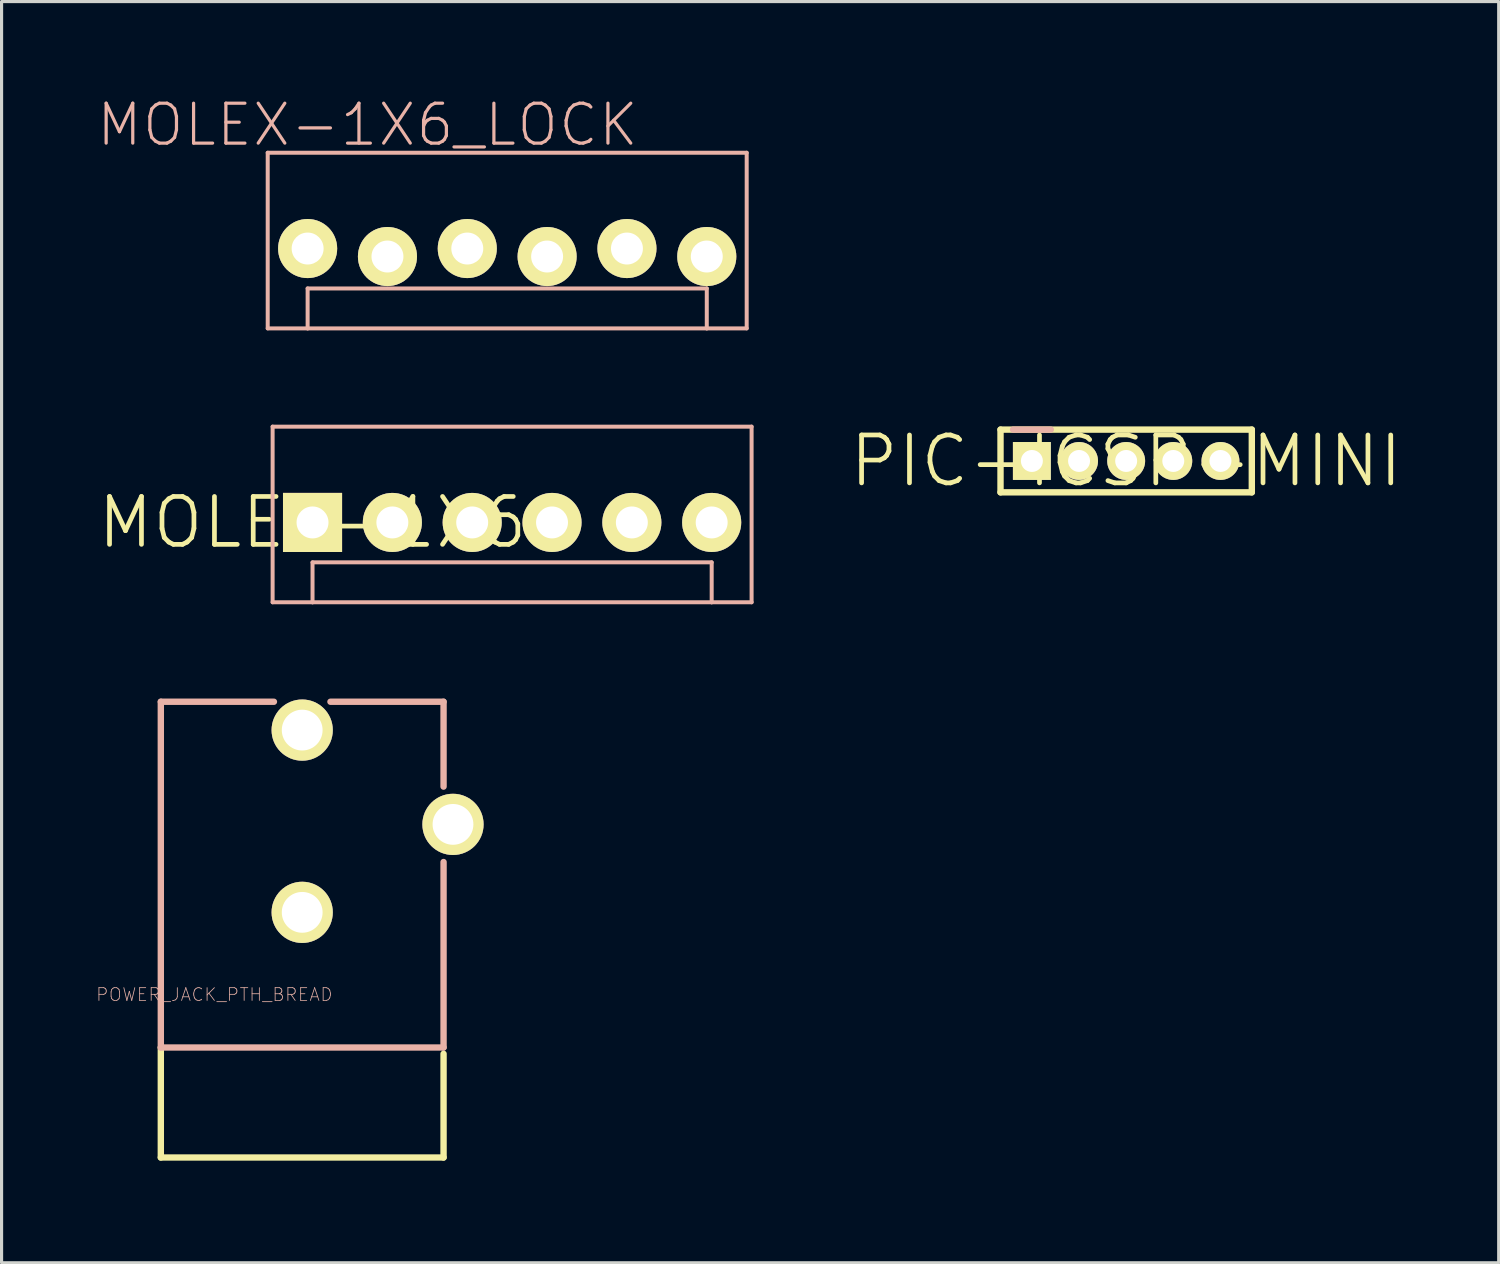
<source format=kicad_pcb>
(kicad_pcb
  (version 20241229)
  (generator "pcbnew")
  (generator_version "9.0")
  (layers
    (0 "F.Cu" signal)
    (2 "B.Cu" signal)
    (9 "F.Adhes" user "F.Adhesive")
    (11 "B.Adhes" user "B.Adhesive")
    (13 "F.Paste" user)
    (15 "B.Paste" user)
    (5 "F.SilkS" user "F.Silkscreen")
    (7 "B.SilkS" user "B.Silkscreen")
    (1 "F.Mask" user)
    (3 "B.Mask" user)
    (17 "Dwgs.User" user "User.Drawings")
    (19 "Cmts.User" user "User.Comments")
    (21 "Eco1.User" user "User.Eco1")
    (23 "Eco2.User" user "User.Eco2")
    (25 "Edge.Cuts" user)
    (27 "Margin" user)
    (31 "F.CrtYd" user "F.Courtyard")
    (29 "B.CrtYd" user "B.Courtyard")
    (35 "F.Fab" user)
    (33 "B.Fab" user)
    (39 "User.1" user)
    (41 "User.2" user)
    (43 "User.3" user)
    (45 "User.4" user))
  (footprint "POWER_JACK_PTH_BREAD"
    (layer "F.Cu")
    (at 6.565 33.878)
    (property "Reference" "POWER_JACK_PTH_BREAD" (at -2.794 -5.283 0) (layer "B.SilkS") (effects (font (size 0.406 0.406) (thickness 0.025))))
    (attr exclude_from_pos_files exclude_from_bom)
    (fp_line (start -4.498 -3.599) (end -4.498 -0.099) (stroke (width 0.203) (type solid)) (layer "F.SilkS"))
    (fp_line (start 4.498 -0.099) (end -4.498 -0.099) (stroke (width 0.203) (type solid)) (layer "F.SilkS"))
    (fp_line (start 4.498 -0.099) (end 4.498 -3.399) (stroke (width 0.203) (type solid)) (layer "F.SilkS"))
    (fp_line (start -4.498 -14.6) (end -0.899 -14.6) (stroke (width 0.203) (type solid)) (layer "B.SilkS"))
    (fp_line (start -4.498 -3.599) (end -4.498 -14.6) (stroke (width 0.203) (type solid)) (layer "B.SilkS"))
    (fp_line (start -4.498 -3.599) (end 4.498 -3.599) (stroke (width 0.203) (type solid)) (layer "B.SilkS"))
    (fp_line (start 4.498 -14.6) (end 0.899 -14.6) (stroke (width 0.203) (type solid)) (layer "B.SilkS"))
    (fp_line (start 4.498 -14.6) (end 4.498 -11.9) (stroke (width 0.203) (type solid)) (layer "B.SilkS"))
    (fp_line (start 4.498 -3.599) (end 4.498 -9.5) (stroke (width 0.203) (type solid)) (layer "B.SilkS"))
    (pad "GND" thru_hole circle (at 0 -7.899) (size 1.948 1.948) (drill 1.298) (layers "*.Cu" "F.Mask" "F.SilkS" "F.Paste"))
    (pad "GNDB" thru_hole circle (at 4.798 -10.698) (size 1.948 1.948) (drill 1.298) (layers "*.Cu" "F.Mask" "F.SilkS" "F.Paste"))
    (pad "PWR" thru_hole circle (at 0 -13.698) (size 1.948 1.948) (drill 1.298) (layers "*.Cu" "F.Mask" "F.SilkS" "F.Paste")))
  (footprint "PIC-ICSP-MINI"
    (layer "F.Cu")
    (at 32.782 11.617)
    (property "Reference" "PIC-ICSP-MINI" (at 0 0 0) (layer "F.SilkS") (effects (font (size 1.524 1.524) (thickness 0.15))))
    (attr exclude_from_pos_files exclude_from_bom)
    (fp_line (start -3.998 -0.998) (end -3.998 0.998) (stroke (width 0.203) (type solid)) (layer "F.SilkS"))
    (fp_line (start -3.998 0.998) (end 3.998 0.998) (stroke (width 0.203) (type solid)) (layer "F.SilkS"))
    (fp_line (start 3.998 -0.998) (end -3.998 -0.998) (stroke (width 0.203) (type solid)) (layer "F.SilkS"))
    (fp_line (start 3.998 0.998) (end 3.998 -0.998) (stroke (width 0.203) (type solid)) (layer "F.SilkS"))
    (fp_line (start -2.398 -0.998) (end -3.599 -0.998) (stroke (width 0.203) (type solid)) (layer "B.SilkS"))
    (pad "1" thru_hole rect (at -3 0) (size 1.206 1.206) (drill 0.699) (layers "*.Cu" "F.Mask" "F.SilkS" "F.Paste"))
    (pad "2" thru_hole circle (at -1.499 0) (size 1.206 1.206) (drill 0.699) (layers "*.Cu" "F.Mask" "F.SilkS" "F.Paste"))
    (pad "3" thru_hole circle (at 0 0) (size 1.206 1.206) (drill 0.699) (layers "*.Cu" "F.Mask" "F.SilkS" "F.Paste"))
    (pad "4" thru_hole circle (at 1.499 0) (size 1.206 1.206) (drill 0.699) (layers "*.Cu" "F.Mask" "F.SilkS" "F.Paste"))
    (pad "5" thru_hole circle (at 3 0) (size 1.206 1.206) (drill 0.699) (layers "*.Cu" "F.Mask" "F.SilkS" "F.Paste")))
  (footprint "MOLEX-1X6"
    (layer "F.Cu")
    (at 6.894 13.573)
    (property "Reference" "MOLEX-1X6" (at 0 0 0) (layer "F.SilkS") (effects (font (size 1.524 1.524) (thickness 0.15))))
    (attr exclude_from_pos_files exclude_from_bom)
    (fp_line (start -1.27 -3.048) (end -1.27 2.54) (stroke (width 0.127) (type solid)) (layer "B.SilkS"))
    (fp_line (start 0 1.27) (end 12.7 1.27) (stroke (width 0.127) (type solid)) (layer "B.SilkS"))
    (fp_line (start 0 2.54) (end -1.27 2.54) (stroke (width 0.127) (type solid)) (layer "B.SilkS"))
    (fp_line (start 0 2.54) (end 0 1.27) (stroke (width 0.127) (type solid)) (layer "B.SilkS"))
    (fp_line (start 12.7 1.27) (end 12.7 2.54) (stroke (width 0.127) (type solid)) (layer "B.SilkS"))
    (fp_line (start 12.7 2.54) (end 0 2.54) (stroke (width 0.127) (type solid)) (layer "B.SilkS"))
    (fp_line (start 13.97 -3.048) (end -1.27 -3.048) (stroke (width 0.127) (type solid)) (layer "B.SilkS"))
    (fp_line (start 13.97 -3.048) (end 13.97 2.54) (stroke (width 0.127) (type solid)) (layer "B.SilkS"))
    (fp_line (start 13.97 2.54) (end 12.7 2.54) (stroke (width 0.127) (type solid)) (layer "B.SilkS"))
    (pad "1" thru_hole rect (at 0 0) (size 1.88 1.88) (drill 1.016) (layers "*.Cu" "F.Mask" "F.SilkS" "F.Paste"))
    (pad "2" thru_hole circle (at 2.54 0) (size 1.88 1.88) (drill 1.016) (layers "*.Cu" "F.Mask" "F.SilkS" "F.Paste"))
    (pad "3" thru_hole circle (at 5.08 0) (size 1.88 1.88) (drill 1.016) (layers "*.Cu" "F.Mask" "F.SilkS" "F.Paste"))
    (pad "4" thru_hole circle (at 7.62 0) (size 1.88 1.88) (drill 1.016) (layers "*.Cu" "F.Mask" "F.SilkS" "F.Paste"))
    (pad "5" thru_hole circle (at 10.16 0) (size 1.88 1.88) (drill 1.016) (layers "*.Cu" "F.Mask" "F.SilkS" "F.Paste"))
    (pad "6" thru_hole circle (at 12.7 0) (size 1.88 1.88) (drill 1.016) (layers "*.Cu" "F.Mask" "F.SilkS" "F.Paste")))
  (footprint "MOLEX-1X6_LOCK"
    (layer "F.Cu")
    (at 6.738 4.858)
    (property "Reference" "MOLEX-1X6_LOCK" (at 1.905 -3.937 0) (layer "B.SilkS") (effects (font (size 1.27 1.27) (thickness 0.102))))
    (attr exclude_from_pos_files exclude_from_bom)
    (fp_line (start -0.292 -0.165) (end 0.292 -0.165) (stroke (width 0.066) (type solid)) (layer "F.SilkS"))
    (fp_line (start -0.292 0.419) (end -0.292 -0.165) (stroke (width 0.066) (type solid)) (layer "F.SilkS"))
    (fp_line (start -0.292 0.419) (end 0.292 0.419) (stroke (width 0.066) (type solid)) (layer "F.SilkS"))
    (fp_line (start 0.292 0.419) (end 0.292 -0.165) (stroke (width 0.066) (type solid)) (layer "F.SilkS"))
    (fp_line (start 2.248 -0.165) (end 2.832 -0.165) (stroke (width 0.066) (type solid)) (layer "F.SilkS"))
    (fp_line (start 2.248 0.419) (end 2.248 -0.165) (stroke (width 0.066) (type solid)) (layer "F.SilkS"))
    (fp_line (start 2.248 0.419) (end 2.832 0.419) (stroke (width 0.066) (type solid)) (layer "F.SilkS"))
    (fp_line (start 2.832 0.419) (end 2.832 -0.165) (stroke (width 0.066) (type solid)) (layer "F.SilkS"))
    (fp_line (start 4.788 -0.165) (end 5.372 -0.165) (stroke (width 0.066) (type solid)) (layer "F.SilkS"))
    (fp_line (start 4.788 0.419) (end 4.788 -0.165) (stroke (width 0.066) (type solid)) (layer "F.SilkS"))
    (fp_line (start 4.788 0.419) (end 5.372 0.419) (stroke (width 0.066) (type solid)) (layer "F.SilkS"))
    (fp_line (start 5.372 0.419) (end 5.372 -0.165) (stroke (width 0.066) (type solid)) (layer "F.SilkS"))
    (fp_line (start 7.328 -0.165) (end 7.912 -0.165) (stroke (width 0.066) (type solid)) (layer "F.SilkS"))
    (fp_line (start 7.328 0.419) (end 7.328 -0.165) (stroke (width 0.066) (type solid)) (layer "F.SilkS"))
    (fp_line (start 7.328 0.419) (end 7.912 0.419) (stroke (width 0.066) (type solid)) (layer "F.SilkS"))
    (fp_line (start 7.912 0.419) (end 7.912 -0.165) (stroke (width 0.066) (type solid)) (layer "F.SilkS"))
    (fp_line (start 9.868 -0.165) (end 10.452 -0.165) (stroke (width 0.066) (type solid)) (layer "F.SilkS"))
    (fp_line (start 9.868 0.419) (end 9.868 -0.165) (stroke (width 0.066) (type solid)) (layer "F.SilkS"))
    (fp_line (start 9.868 0.419) (end 10.452 0.419) (stroke (width 0.066) (type solid)) (layer "F.SilkS"))
    (fp_line (start 10.452 0.419) (end 10.452 -0.165) (stroke (width 0.066) (type solid)) (layer "F.SilkS"))
    (fp_line (start 12.408 -0.165) (end 12.992 -0.165) (stroke (width 0.066) (type solid)) (layer "F.SilkS"))
    (fp_line (start 12.408 0.419) (end 12.408 -0.165) (stroke (width 0.066) (type solid)) (layer "F.SilkS"))
    (fp_line (start 12.408 0.419) (end 12.992 0.419) (stroke (width 0.066) (type solid)) (layer "F.SilkS"))
    (fp_line (start 12.992 0.419) (end 12.992 -0.165) (stroke (width 0.066) (type solid)) (layer "F.SilkS"))
    (fp_line (start -1.27 -3.048) (end -1.27 2.54) (stroke (width 0.127) (type solid)) (layer "B.SilkS"))
    (fp_line (start 0 1.27) (end 12.7 1.27) (stroke (width 0.127) (type solid)) (layer "B.SilkS"))
    (fp_line (start 0 2.54) (end -1.27 2.54) (stroke (width 0.127) (type solid)) (layer "B.SilkS"))
    (fp_line (start 0 2.54) (end 0 1.27) (stroke (width 0.127) (type solid)) (layer "B.SilkS"))
    (fp_line (start 12.7 1.27) (end 12.7 2.54) (stroke (width 0.127) (type solid)) (layer "B.SilkS"))
    (fp_line (start 12.7 2.54) (end 0 2.54) (stroke (width 0.127) (type solid)) (layer "B.SilkS"))
    (fp_line (start 13.97 -3.048) (end -1.27 -3.048) (stroke (width 0.127) (type solid)) (layer "B.SilkS"))
    (fp_line (start 13.97 -3.048) (end 13.97 2.54) (stroke (width 0.127) (type solid)) (layer "B.SilkS"))
    (fp_line (start 13.97 2.54) (end 12.7 2.54) (stroke (width 0.127) (type solid)) (layer "B.SilkS"))
    (pad "1" thru_hole circle (at 0 0) (size 1.88 1.88) (drill 1.016) (layers "*.Cu" "F.Mask" "F.SilkS" "F.Paste"))
    (pad "2" thru_hole circle (at 2.54 0.254) (size 1.88 1.88) (drill 1.016) (layers "*.Cu" "F.Mask" "F.SilkS" "F.Paste"))
    (pad "3" thru_hole circle (at 5.08 0) (size 1.88 1.88) (drill 1.016) (layers "*.Cu" "F.Mask" "F.SilkS" "F.Paste"))
    (pad "4" thru_hole circle (at 7.62 0.254) (size 1.88 1.88) (drill 1.016) (layers "*.Cu" "F.Mask" "F.SilkS" "F.Paste"))
    (pad "5" thru_hole circle (at 10.16 0) (size 1.88 1.88) (drill 1.016) (layers "*.Cu" "F.Mask" "F.SilkS" "F.Paste"))
    (pad "6" thru_hole circle (at 12.7 0.254) (size 1.88 1.88) (drill 1.016) (layers "*.Cu" "F.Mask" "F.SilkS" "F.Paste")))
  (gr_rect
    (start -3 -3)
    (end 44.635 37.128)
    (stroke (width 0.1) (type default))
    (fill no)
    (layer "Edge.Cuts")))
</source>
